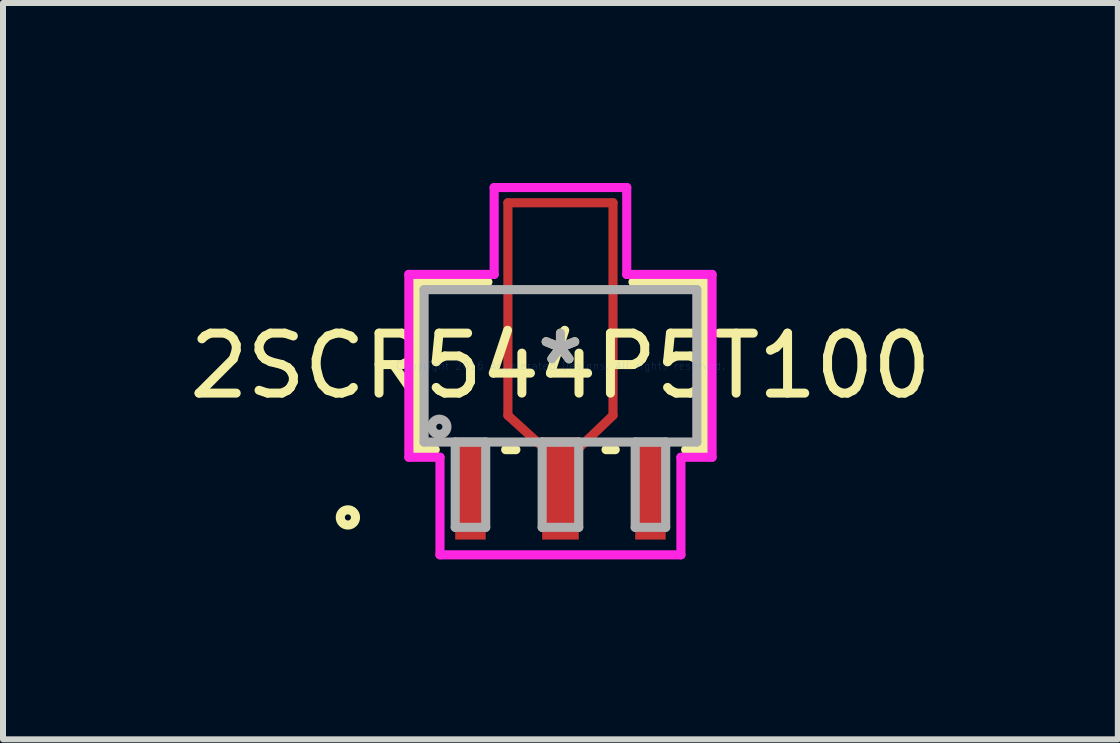
<source format=kicad_pcb>
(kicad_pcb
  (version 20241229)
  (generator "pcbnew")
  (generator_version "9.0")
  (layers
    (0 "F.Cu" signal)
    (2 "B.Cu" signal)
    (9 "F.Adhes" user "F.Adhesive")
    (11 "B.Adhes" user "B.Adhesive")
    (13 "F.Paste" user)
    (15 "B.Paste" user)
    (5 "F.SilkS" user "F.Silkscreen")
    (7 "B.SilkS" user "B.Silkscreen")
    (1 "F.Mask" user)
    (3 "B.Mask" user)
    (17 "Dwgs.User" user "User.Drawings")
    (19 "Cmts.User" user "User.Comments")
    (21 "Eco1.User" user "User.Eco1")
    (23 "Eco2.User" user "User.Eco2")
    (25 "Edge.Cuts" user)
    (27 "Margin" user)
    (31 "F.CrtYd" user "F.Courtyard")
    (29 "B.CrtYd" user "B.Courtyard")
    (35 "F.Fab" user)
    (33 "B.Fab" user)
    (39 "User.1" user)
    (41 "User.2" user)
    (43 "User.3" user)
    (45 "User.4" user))
  (footprint "2SCR544P5T100"
    (layer "F.Cu")
    (at 6.292 3.048)
    (property "Reference" "2SCR544P5T100" (at 0 0 0) (layer "F.SilkS") (effects (font (size 1 1) (thickness 0.15))))
    (attr through_hole)
    (fp_line (start -0.876 -2.718) (end 0.876 -2.718) (stroke (width 0.152) (type solid)) (layer "F.Cu"))
    (fp_line (start -0.876 0.826) (end -0.876 -2.718) (stroke (width 0.152) (type solid)) (layer "F.Cu"))
    (fp_line (start -0.305 1.27) (end -0.305 1.346) (stroke (width 0.152) (type solid)) (layer "F.Cu"))
    (fp_line (start -0.305 1.346) (end -0.876 0.826) (stroke (width 0.152) (type solid)) (layer "F.Cu"))
    (fp_line (start 0.305 1.27) (end -0.305 1.27) (stroke (width 0.152) (type solid)) (layer "F.Cu"))
    (fp_line (start 0.305 1.372) (end 0.305 1.27) (stroke (width 0.152) (type solid)) (layer "F.Cu"))
    (fp_line (start 0.876 -2.718) (end 0.876 0.826) (stroke (width 0.152) (type solid)) (layer "F.Cu"))
    (fp_line (start 0.876 0.826) (end 0.305 1.372) (stroke (width 0.152) (type solid)) (layer "F.Cu"))
    (fp_line (start -0.851 -2.565) (end 0.851 -2.565) (stroke (width 0.152) (type solid)) (layer "F.Mask"))
    (fp_line (start -0.851 0.8) (end -0.851 -2.565) (stroke (width 0.152) (type solid)) (layer "F.Mask"))
    (fp_line (start -0.305 1.27) (end -0.305 1.346) (stroke (width 0.152) (type solid)) (layer "F.Mask"))
    (fp_line (start -0.305 1.346) (end -0.851 0.8) (stroke (width 0.152) (type solid)) (layer "F.Mask"))
    (fp_line (start 0.305 1.27) (end -0.305 1.27) (stroke (width 0.152) (type solid)) (layer "F.Mask"))
    (fp_line (start 0.305 1.346) (end 0.305 1.27) (stroke (width 0.152) (type solid)) (layer "F.Mask"))
    (fp_line (start 0.851 -2.565) (end 0.851 0.8) (stroke (width 0.152) (type solid)) (layer "F.Mask"))
    (fp_line (start 0.851 0.8) (end 0.305 1.346) (stroke (width 0.152) (type solid)) (layer "F.Mask"))
    (fp_line (start -2.4 -1.397) (end -2.4 1.397) (stroke (width 0.152) (type solid)) (layer "F.SilkS"))
    (fp_line (start -2.4 1.397) (end -2.087 1.397) (stroke (width 0.152) (type solid)) (layer "F.SilkS"))
    (fp_line (start -1.209 -1.397) (end -2.4 -1.397) (stroke (width 0.152) (type solid)) (layer "F.SilkS"))
    (fp_line (start -0.913 1.397) (end -0.743 1.397) (stroke (width 0.152) (type solid)) (layer "F.SilkS"))
    (fp_line (start 0.76 1.397) (end 0.913 1.397) (stroke (width 0.152) (type solid)) (layer "F.SilkS"))
    (fp_line (start 2.087 1.397) (end 2.4 1.397) (stroke (width 0.152) (type solid)) (layer "F.SilkS"))
    (fp_line (start 2.4 -1.397) (end 1.209 -1.397) (stroke (width 0.152) (type solid)) (layer "F.SilkS"))
    (fp_line (start 2.4 1.397) (end 2.4 -1.397) (stroke (width 0.152) (type solid)) (layer "F.SilkS"))
    (fp_circle (center -3.543 2.527) (end -3.416 2.527) (stroke (width 0.152) (type solid)) (fill no) (layer "F.SilkS"))
    (fp_line (start -0.851 -2.565) (end 0.851 -2.565) (stroke (width 0.152) (type solid)) (layer "F.Paste"))
    (fp_line (start -0.851 0.8) (end -0.851 -2.565) (stroke (width 0.152) (type solid)) (layer "F.Paste"))
    (fp_line (start -0.305 1.27) (end -0.305 1.346) (stroke (width 0.152) (type solid)) (layer "F.Paste"))
    (fp_line (start -0.305 1.346) (end -0.851 0.8) (stroke (width 0.152) (type solid)) (layer "F.Paste"))
    (fp_line (start 0.305 1.27) (end -0.305 1.27) (stroke (width 0.152) (type solid)) (layer "F.Paste"))
    (fp_line (start 0.305 1.346) (end 0.305 1.27) (stroke (width 0.152) (type solid)) (layer "F.Paste"))
    (fp_line (start 0.851 -2.565) (end 0.851 0.8) (stroke (width 0.152) (type solid)) (layer "F.Paste"))
    (fp_line (start 0.851 0.8) (end 0.305 1.346) (stroke (width 0.152) (type solid)) (layer "F.Paste"))
    (fp_line (start -2.527 -1.524) (end -1.105 -1.524) (stroke (width 0.152) (type solid)) (layer "F.CrtYd"))
    (fp_line (start -2.527 1.524) (end -2.527 -1.524) (stroke (width 0.152) (type solid)) (layer "F.CrtYd"))
    (fp_line (start -2.008 1.524) (end -2.527 1.524) (stroke (width 0.152) (type solid)) (layer "F.CrtYd"))
    (fp_line (start -2.008 3.15) (end -2.008 1.524) (stroke (width 0.152) (type solid)) (layer "F.CrtYd"))
    (fp_line (start -1.105 -2.972) (end 1.105 -2.972) (stroke (width 0.152) (type solid)) (layer "F.CrtYd"))
    (fp_line (start -1.105 -1.524) (end -1.105 -2.972) (stroke (width 0.152) (type solid)) (layer "F.CrtYd"))
    (fp_line (start 1.105 -2.972) (end 1.105 -1.524) (stroke (width 0.152) (type solid)) (layer "F.CrtYd"))
    (fp_line (start 1.105 -1.524) (end 2.527 -1.524) (stroke (width 0.152) (type solid)) (layer "F.CrtYd"))
    (fp_line (start 2.008 1.524) (end 2.008 3.15) (stroke (width 0.152) (type solid)) (layer "F.CrtYd"))
    (fp_line (start 2.008 3.15) (end -2.008 3.15) (stroke (width 0.152) (type solid)) (layer "F.CrtYd"))
    (fp_line (start 2.527 -1.524) (end 2.527 1.524) (stroke (width 0.152) (type solid)) (layer "F.CrtYd"))
    (fp_line (start 2.527 1.524) (end 2.008 1.524) (stroke (width 0.152) (type solid)) (layer "F.CrtYd"))
    (fp_line (start -2.273 -1.27) (end -2.273 1.27) (stroke (width 0.152) (type solid)) (layer "F.Fab"))
    (fp_line (start -2.273 1.27) (end 2.273 1.27) (stroke (width 0.152) (type solid)) (layer "F.Fab"))
    (fp_line (start -1.754 1.27) (end -1.754 2.692) (stroke (width 0.152) (type solid)) (layer "F.Fab"))
    (fp_line (start -1.754 2.692) (end -1.246 2.692) (stroke (width 0.152) (type solid)) (layer "F.Fab"))
    (fp_line (start -1.246 1.27) (end -1.754 1.27) (stroke (width 0.152) (type solid)) (layer "F.Fab"))
    (fp_line (start -1.246 2.692) (end -1.246 1.27) (stroke (width 0.152) (type solid)) (layer "F.Fab"))
    (fp_line (start -0.305 1.27) (end -0.305 2.692) (stroke (width 0.152) (type solid)) (layer "F.Fab"))
    (fp_line (start -0.305 2.692) (end 0.305 2.692) (stroke (width 0.152) (type solid)) (layer "F.Fab"))
    (fp_line (start 0.305 1.27) (end -0.305 1.27) (stroke (width 0.152) (type solid)) (layer "F.Fab"))
    (fp_line (start 0.305 2.692) (end 0.305 1.27) (stroke (width 0.152) (type solid)) (layer "F.Fab"))
    (fp_line (start 1.246 1.27) (end 1.246 2.692) (stroke (width 0.152) (type solid)) (layer "F.Fab"))
    (fp_line (start 1.246 2.692) (end 1.754 2.692) (stroke (width 0.152) (type solid)) (layer "F.Fab"))
    (fp_line (start 1.754 1.27) (end 1.246 1.27) (stroke (width 0.152) (type solid)) (layer "F.Fab"))
    (fp_line (start 1.754 2.692) (end 1.754 1.27) (stroke (width 0.152) (type solid)) (layer "F.Fab"))
    (fp_line (start 2.273 -1.27) (end -2.273 -1.27) (stroke (width 0.152) (type solid)) (layer "F.Fab"))
    (fp_line (start 2.273 1.27) (end 2.273 -1.27) (stroke (width 0.152) (type solid)) (layer "F.Fab"))
    (fp_circle (center -2.019 1.016) (end -1.892 1.016) (stroke (width 0.152) (type solid)) (fill no) (layer "F.Fab"))
    (fp_text user "*" (at 0 0 0) (layer "F.SilkS") (effects (font (size 1 1) (thickness 0.15))))
    (fp_text user "Copyright 2016 Accelerated Designs. All rights reserved." (at 0 0 0) (layer "Cmts.User") (effects (font (size 0.127 0.127) (thickness 0.002))))
    (fp_text user "*" (at 0 0 0) (layer "F.Fab") (effects (font (size 1 1) (thickness 0.15))))
    (pad "1" smd rect (at -1.5 2.083) (size 0.508 1.626) (layers "F.Cu" "F.Mask" "F.Paste"))
    (pad "2" smd rect (at 0 2.083) (size 0.61 1.626) (layers "F.Cu" "F.Mask" "F.Paste"))
    (pad "3" smd rect (at 1.5 2.083) (size 0.508 1.626) (layers "F.Cu" "F.Mask" "F.Paste")))
  (gr_rect
    (start -3 -3)
    (end 15.583 9.274)
    (stroke (width 0.1) (type default))
    (fill no)
    (layer "Edge.Cuts")))
</source>
